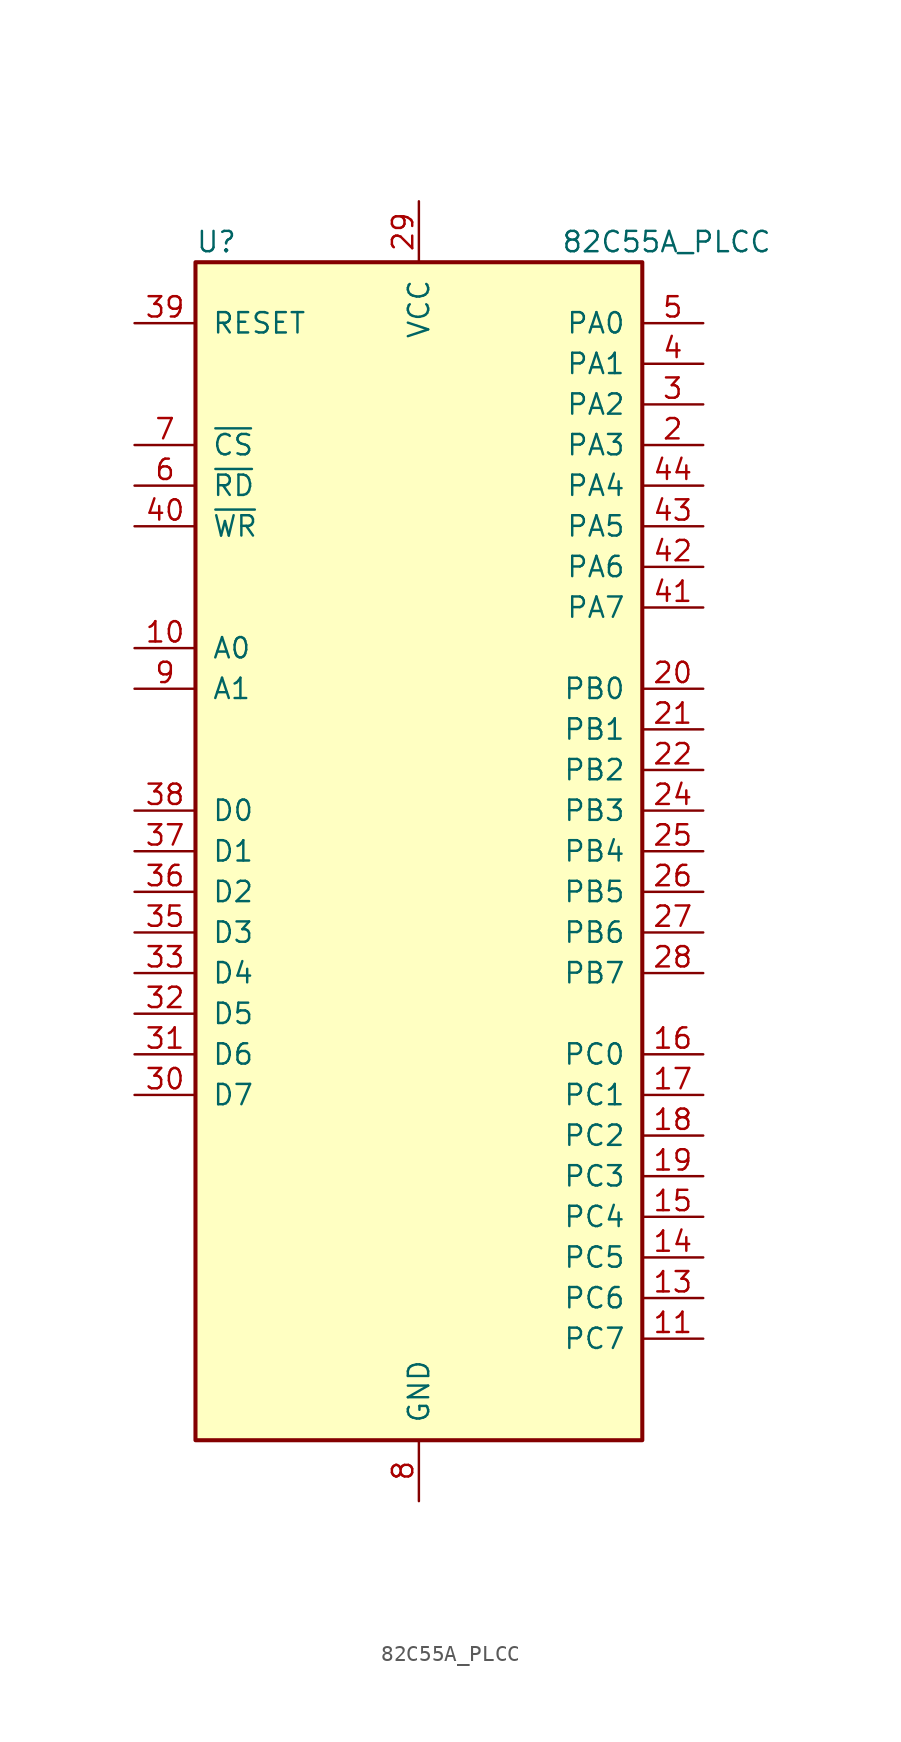
<source format=kicad_sym>
(kicad_symbol_lib
  (version 20200908)
  (generator kicad_symbol_editor)
  (symbol "Interface:82C55A_PLCC"
    (pin_names
      (offset 1.016))
    (property "Reference" "U"
      (at -13.97 38.1 0)
      (effects (font (size 1.27 1.27)) (justify left)))
    (property "Value" "82C55A_PLCC"
      (at 8.89 38.1 0)
      (effects (font (size 1.27 1.27)) (justify left)))
    (symbol "82C55A_PLCC_1_1"
      (rectangle (start -13.97 -36.83) (end 13.97 36.83) (stroke (width 0.254)) (fill (type background)))
      (pin unconnected line (at -17.78 -22.86 0) (length 5.08) hide (name "NC" (effects (font (size 1.27 1.27)))) (number "1" (effects (font (size 1.27 1.27)))))
      (pin input line (at -17.78 12.7 0) (length 3.81) (name "A0" (effects (font (size 1.27 1.27)))) (number "10" (effects (font (size 1.27 1.27)))))
      (pin bidirectional line (at 17.78 -30.48 180) (length 3.81) (name "PC7" (effects (font (size 1.27 1.27)))) (number "11" (effects (font (size 1.27 1.27)))))
      (pin unconnected line (at -17.78 -25.4 0) (length 5.08) hide (name "NC" (effects (font (size 1.27 1.27)))) (number "12" (effects (font (size 1.27 1.27)))))
      (pin bidirectional line (at 17.78 -27.94 180) (length 3.81) (name "PC6" (effects (font (size 1.27 1.27)))) (number "13" (effects (font (size 1.27 1.27)))))
      (pin bidirectional line (at 17.78 -25.4 180) (length 3.81) (name "PC5" (effects (font (size 1.27 1.27)))) (number "14" (effects (font (size 1.27 1.27)))))
      (pin bidirectional line (at 17.78 -22.86 180) (length 3.81) (name "PC4" (effects (font (size 1.27 1.27)))) (number "15" (effects (font (size 1.27 1.27)))))
      (pin bidirectional line (at 17.78 -12.7 180) (length 3.81) (name "PC0" (effects (font (size 1.27 1.27)))) (number "16" (effects (font (size 1.27 1.27)))))
      (pin bidirectional line (at 17.78 -15.24 180) (length 3.81) (name "PC1" (effects (font (size 1.27 1.27)))) (number "17" (effects (font (size 1.27 1.27)))))
      (pin bidirectional line (at 17.78 -17.78 180) (length 3.81) (name "PC2" (effects (font (size 1.27 1.27)))) (number "18" (effects (font (size 1.27 1.27)))))
      (pin bidirectional line (at 17.78 -20.32 180) (length 3.81) (name "PC3" (effects (font (size 1.27 1.27)))) (number "19" (effects (font (size 1.27 1.27)))))
      (pin bidirectional line (at 17.78 25.4 180) (length 3.81) (name "PA3" (effects (font (size 1.27 1.27)))) (number "2" (effects (font (size 1.27 1.27)))))
      (pin bidirectional line (at 17.78 10.16 180) (length 3.81) (name "PB0" (effects (font (size 1.27 1.27)))) (number "20" (effects (font (size 1.27 1.27)))))
      (pin bidirectional line (at 17.78 7.62 180) (length 3.81) (name "PB1" (effects (font (size 1.27 1.27)))) (number "21" (effects (font (size 1.27 1.27)))))
      (pin bidirectional line (at 17.78 5.08 180) (length 3.81) (name "PB2" (effects (font (size 1.27 1.27)))) (number "22" (effects (font (size 1.27 1.27)))))
      (pin unconnected line (at -17.78 -27.94 0) (length 5.08) hide (name "NC" (effects (font (size 1.27 1.27)))) (number "23" (effects (font (size 1.27 1.27)))))
      (pin bidirectional line (at 17.78 2.54 180) (length 3.81) (name "PB3" (effects (font (size 1.27 1.27)))) (number "24" (effects (font (size 1.27 1.27)))))
      (pin bidirectional line (at 17.78 0 180) (length 3.81) (name "PB4" (effects (font (size 1.27 1.27)))) (number "25" (effects (font (size 1.27 1.27)))))
      (pin bidirectional line (at 17.78 -2.54 180) (length 3.81) (name "PB5" (effects (font (size 1.27 1.27)))) (number "26" (effects (font (size 1.27 1.27)))))
      (pin bidirectional line (at 17.78 -5.08 180) (length 3.81) (name "PB6" (effects (font (size 1.27 1.27)))) (number "27" (effects (font (size 1.27 1.27)))))
      (pin bidirectional line (at 17.78 -7.62 180) (length 3.81) (name "PB7" (effects (font (size 1.27 1.27)))) (number "28" (effects (font (size 1.27 1.27)))))
      (pin power_in line (at 0 40.64 270) (length 3.81) (name "VCC" (effects (font (size 1.27 1.27)))) (number "29" (effects (font (size 1.27 1.27)))))
      (pin bidirectional line (at 17.78 27.94 180) (length 3.81) (name "PA2" (effects (font (size 1.27 1.27)))) (number "3" (effects (font (size 1.27 1.27)))))
      (pin bidirectional line (at -17.78 -15.24 0) (length 3.81) (name "D7" (effects (font (size 1.27 1.27)))) (number "30" (effects (font (size 1.27 1.27)))))
      (pin bidirectional line (at -17.78 -12.7 0) (length 3.81) (name "D6" (effects (font (size 1.27 1.27)))) (number "31" (effects (font (size 1.27 1.27)))))
      (pin bidirectional line (at -17.78 -10.16 0) (length 3.81) (name "D5" (effects (font (size 1.27 1.27)))) (number "32" (effects (font (size 1.27 1.27)))))
      (pin bidirectional line (at -17.78 -7.62 0) (length 3.81) (name "D4" (effects (font (size 1.27 1.27)))) (number "33" (effects (font (size 1.27 1.27)))))
      (pin unconnected line (at -17.78 -30.48 0) (length 5.08) hide (name "NC" (effects (font (size 1.27 1.27)))) (number "34" (effects (font (size 1.27 1.27)))))
      (pin bidirectional line (at -17.78 -5.08 0) (length 3.81) (name "D3" (effects (font (size 1.27 1.27)))) (number "35" (effects (font (size 1.27 1.27)))))
      (pin bidirectional line (at -17.78 -2.54 0) (length 3.81) (name "D2" (effects (font (size 1.27 1.27)))) (number "36" (effects (font (size 1.27 1.27)))))
      (pin bidirectional line (at -17.78 0 0) (length 3.81) (name "D1" (effects (font (size 1.27 1.27)))) (number "37" (effects (font (size 1.27 1.27)))))
      (pin bidirectional line (at -17.78 2.54 0) (length 3.81) (name "D0" (effects (font (size 1.27 1.27)))) (number "38" (effects (font (size 1.27 1.27)))))
      (pin input line (at -17.78 33.02 0) (length 3.81) (name "RESET" (effects (font (size 1.27 1.27)))) (number "39" (effects (font (size 1.27 1.27)))))
      (pin bidirectional line (at 17.78 30.48 180) (length 3.81) (name "PA1" (effects (font (size 1.27 1.27)))) (number "4" (effects (font (size 1.27 1.27)))))
      (pin input line (at -17.78 20.32 0) (length 3.81) (name "~WR~" (effects (font (size 1.27 1.27)))) (number "40" (effects (font (size 1.27 1.27)))))
      (pin bidirectional line (at 17.78 15.24 180) (length 3.81) (name "PA7" (effects (font (size 1.27 1.27)))) (number "41" (effects (font (size 1.27 1.27)))))
      (pin bidirectional line (at 17.78 17.78 180) (length 3.81) (name "PA6" (effects (font (size 1.27 1.27)))) (number "42" (effects (font (size 1.27 1.27)))))
      (pin bidirectional line (at 17.78 20.32 180) (length 3.81) (name "PA5" (effects (font (size 1.27 1.27)))) (number "43" (effects (font (size 1.27 1.27)))))
      (pin bidirectional line (at 17.78 22.86 180) (length 3.81) (name "PA4" (effects (font (size 1.27 1.27)))) (number "44" (effects (font (size 1.27 1.27)))))
      (pin bidirectional line (at 17.78 33.02 180) (length 3.81) (name "PA0" (effects (font (size 1.27 1.27)))) (number "5" (effects (font (size 1.27 1.27)))))
      (pin input line (at -17.78 22.86 0) (length 3.81) (name "~RD~" (effects (font (size 1.27 1.27)))) (number "6" (effects (font (size 1.27 1.27)))))
      (pin input line (at -17.78 25.4 0) (length 3.81) (name "~CS~" (effects (font (size 1.27 1.27)))) (number "7" (effects (font (size 1.27 1.27)))))
      (pin power_in line (at 0 -40.64 90) (length 3.81) (name "GND" (effects (font (size 1.27 1.27)))) (number "8" (effects (font (size 1.27 1.27)))))
      (pin input line (at -17.78 10.16 0) (length 3.81) (name "A1" (effects (font (size 1.27 1.27)))) (number "9" (effects (font (size 1.27 1.27))))))))
</source>
